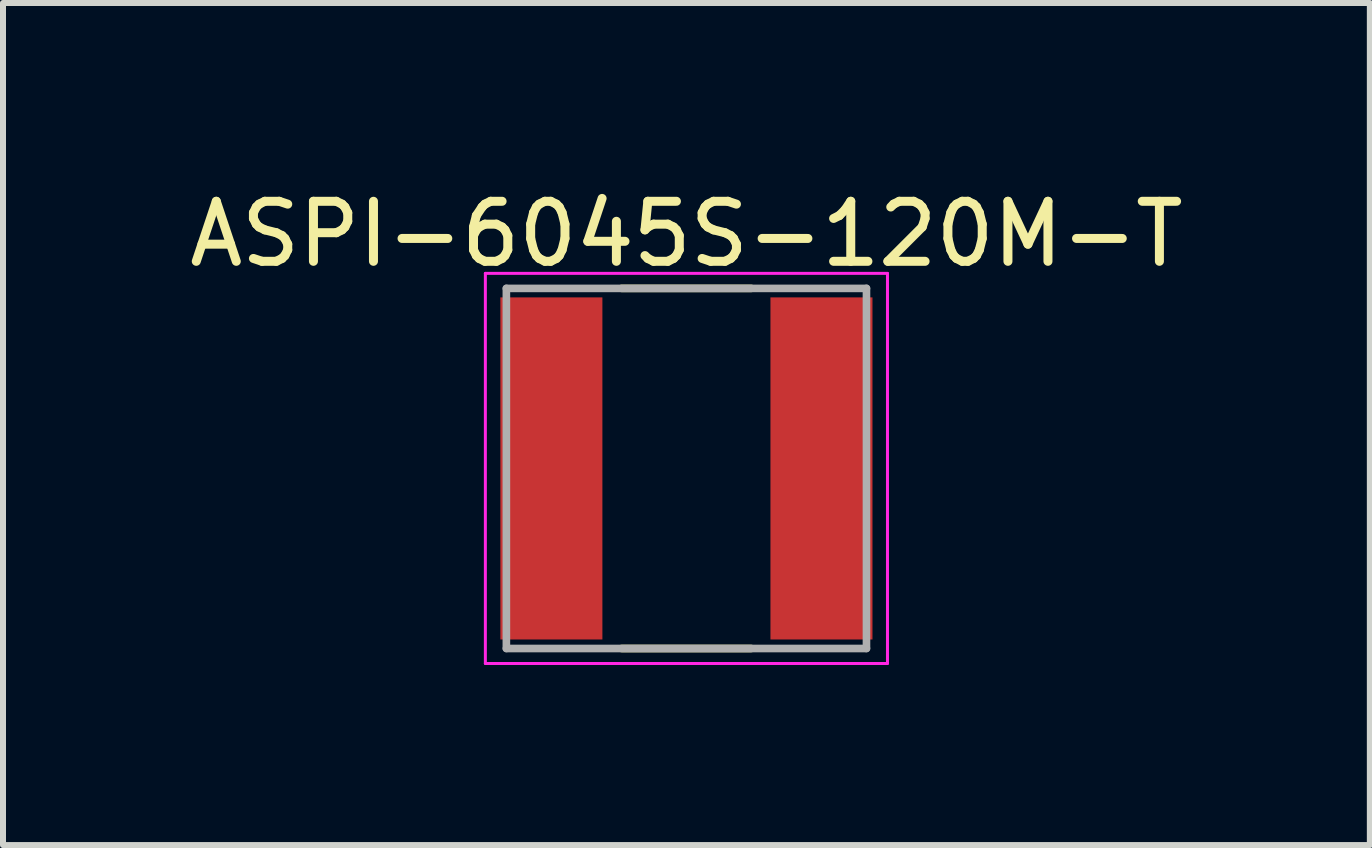
<source format=kicad_pcb>
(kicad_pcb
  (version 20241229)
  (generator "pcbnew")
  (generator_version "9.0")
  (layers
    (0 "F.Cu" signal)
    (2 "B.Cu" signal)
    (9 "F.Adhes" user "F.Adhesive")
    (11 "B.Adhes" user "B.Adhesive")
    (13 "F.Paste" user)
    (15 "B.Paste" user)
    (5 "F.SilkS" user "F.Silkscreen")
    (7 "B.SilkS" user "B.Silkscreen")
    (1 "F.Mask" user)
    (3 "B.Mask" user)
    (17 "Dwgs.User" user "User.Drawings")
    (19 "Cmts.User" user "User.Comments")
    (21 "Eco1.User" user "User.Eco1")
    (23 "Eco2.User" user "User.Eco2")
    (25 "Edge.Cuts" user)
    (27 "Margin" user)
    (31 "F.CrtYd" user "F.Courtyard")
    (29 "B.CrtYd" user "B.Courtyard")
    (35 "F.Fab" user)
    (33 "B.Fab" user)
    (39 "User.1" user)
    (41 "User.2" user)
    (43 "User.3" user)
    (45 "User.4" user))
  (footprint "ASPI-6045S-120M-T"
    (layer "F.Cu")
    (at 8.387 4.755)
    (property "Reference" "ASPI-6045S-120M-T" (at 0 -3.906 0) (layer "F.SilkS") (effects (font (size 1 1) (thickness 0.15))))
    (attr smd)
    (fp_line (start -1.08 -3) (end 1.08 -3) (stroke (width 0.127) (type solid)) (layer "F.SilkS"))
    (fp_line (start -1.08 3) (end 1.08 3) (stroke (width 0.127) (type solid)) (layer "F.SilkS"))
    (fp_line (start -3.35 -3.25) (end -3.35 3.25) (stroke (width 0.05) (type solid)) (layer "F.CrtYd"))
    (fp_line (start -3.35 3.25) (end 3.35 3.25) (stroke (width 0.05) (type solid)) (layer "F.CrtYd"))
    (fp_line (start 3.35 -3.25) (end -3.35 -3.25) (stroke (width 0.05) (type solid)) (layer "F.CrtYd"))
    (fp_line (start 3.35 3.25) (end 3.35 -3.25) (stroke (width 0.05) (type solid)) (layer "F.CrtYd"))
    (fp_line (start -3 -3) (end -3 3) (stroke (width 0.127) (type solid)) (layer "F.Fab"))
    (fp_line (start -3 -3) (end 3 -3) (stroke (width 0.127) (type solid)) (layer "F.Fab"))
    (fp_line (start -3 3) (end 3 3) (stroke (width 0.127) (type solid)) (layer "F.Fab"))
    (fp_line (start 3 -3) (end 3 3) (stroke (width 0.127) (type solid)) (layer "F.Fab"))
    (pad "1" smd rect (at -2.25 0) (size 1.7 5.7) (layers "F.Cu" "F.Mask" "F.Paste"))
    (pad "2" smd rect (at 2.25 0) (size 1.7 5.7) (layers "F.Cu" "F.Mask" "F.Paste")))
  (gr_rect
    (start -3 -3)
    (end 19.774 11.03)
    (stroke (width 0.1) (type default))
    (fill no)
    (layer "Edge.Cuts")))
</source>
